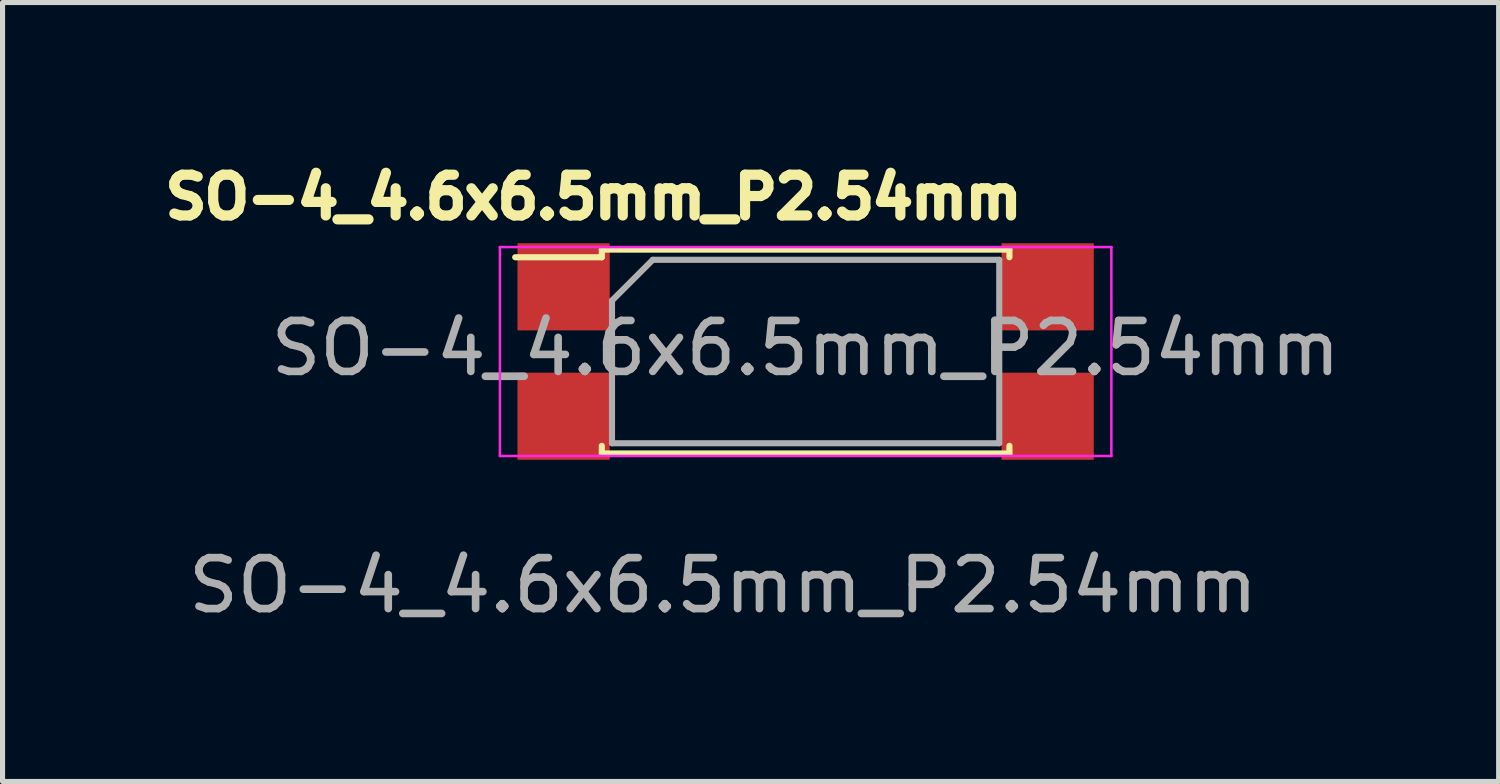
<source format=kicad_pcb>
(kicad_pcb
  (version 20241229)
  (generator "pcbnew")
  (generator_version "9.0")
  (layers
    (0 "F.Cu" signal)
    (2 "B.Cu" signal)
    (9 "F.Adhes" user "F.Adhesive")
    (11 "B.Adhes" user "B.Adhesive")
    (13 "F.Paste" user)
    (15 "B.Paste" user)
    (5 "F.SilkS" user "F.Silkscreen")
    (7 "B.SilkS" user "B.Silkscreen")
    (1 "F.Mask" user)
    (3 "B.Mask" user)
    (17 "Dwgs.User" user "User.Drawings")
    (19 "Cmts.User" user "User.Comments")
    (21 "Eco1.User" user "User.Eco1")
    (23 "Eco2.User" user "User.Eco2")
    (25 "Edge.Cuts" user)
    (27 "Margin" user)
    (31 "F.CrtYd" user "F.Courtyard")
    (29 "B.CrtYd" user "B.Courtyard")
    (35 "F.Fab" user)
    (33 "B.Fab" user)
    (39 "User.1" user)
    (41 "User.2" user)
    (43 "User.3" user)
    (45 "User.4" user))
  (footprint "SO-4_4.6x6.5mm_P2.54mm"
    (layer "F.Cu")
    (at 8.011 2.579)
    (property "Reference" "SO-4_4.6x6.5mm_P2.54mm" (at 0.59 -1.76 0) (unlocked yes) (layer "F.SilkS") (effects (font (size 0.8 0.8) (thickness 0.2))))
    (attr smd)
    (fp_line (start 0.75 -0.73) (end 8.75 -0.73) (stroke (width 0.12) (type solid)) (layer "F.SilkS"))
    (fp_line (start 0.75 -0.58) (end -0.95 -0.58) (stroke (width 0.12) (type solid)) (layer "F.SilkS"))
    (fp_line (start 0.75 -0.58) (end 0.75 -0.73) (stroke (width 0.12) (type solid)) (layer "F.SilkS"))
    (fp_line (start 0.75 3.27) (end 0.75 3.12) (stroke (width 0.12) (type solid)) (layer "F.SilkS"))
    (fp_line (start 8.75 -0.73) (end 8.75 -0.58) (stroke (width 0.12) (type solid)) (layer "F.SilkS"))
    (fp_line (start 8.75 3.12) (end 8.75 3.27) (stroke (width 0.12) (type solid)) (layer "F.SilkS"))
    (fp_line (start 8.75 3.27) (end 0.75 3.27) (stroke (width 0.12) (type solid)) (layer "F.SilkS"))
    (fp_line (start -1.25 -0.78) (end -1.25 3.32) (stroke (width 0.05) (type solid)) (layer "F.CrtYd"))
    (fp_line (start -1.25 -0.78) (end 10.75 -0.78) (stroke (width 0.05) (type solid)) (layer "F.CrtYd"))
    (fp_line (start 10.75 3.32) (end -1.25 3.32) (stroke (width 0.05) (type solid)) (layer "F.CrtYd"))
    (fp_line (start 10.75 3.32) (end 10.75 -0.78) (stroke (width 0.05) (type solid)) (layer "F.CrtYd"))
    (fp_line (start 0.95 0.27) (end 1.75 -0.53) (stroke (width 0.12) (type solid)) (layer "F.Fab"))
    (fp_line (start 0.95 3.07) (end 0.95 0.27) (stroke (width 0.12) (type solid)) (layer "F.Fab"))
    (fp_line (start 1.75 -0.53) (end 8.55 -0.53) (stroke (width 0.12) (type solid)) (layer "F.Fab"))
    (fp_line (start 8.55 -0.53) (end 8.55 3.07) (stroke (width 0.12) (type solid)) (layer "F.Fab"))
    (fp_line (start 8.55 3.07) (end 0.95 3.07) (stroke (width 0.12) (type solid)) (layer "F.Fab"))
    (fp_text user "${REFERENCE}" (at 4.75 1.205 0) (layer "F.Fab") (effects (font (size 1 1) (thickness 0.15))))
    (fp_text user "${REFERENCE}" (at 3.13 5.86 0) (unlocked yes) (layer "F.Fab") (effects (font (size 1 1) (thickness 0.15))))
    (pad "1" smd rect (at 0 0) (size 1.81 1.71) (layers "F.Cu" "F.Mask" "F.Paste"))
    (pad "2" smd rect (at 0 2.54) (size 1.81 1.71) (layers "F.Cu" "F.Mask" "F.Paste"))
    (pad "3" smd rect (at 9.5 2.54) (size 1.81 1.71) (layers "F.Cu" "F.Mask" "F.Paste"))
    (pad "4" smd rect (at 9.5 0) (size 1.81 1.71) (layers "F.Cu" "F.Mask" "F.Paste")))
  (gr_rect
    (start -3 -3)
    (end 26.362 12.287)
    (stroke (width 0.1) (type default))
    (fill no)
    (layer "Edge.Cuts")))
</source>
